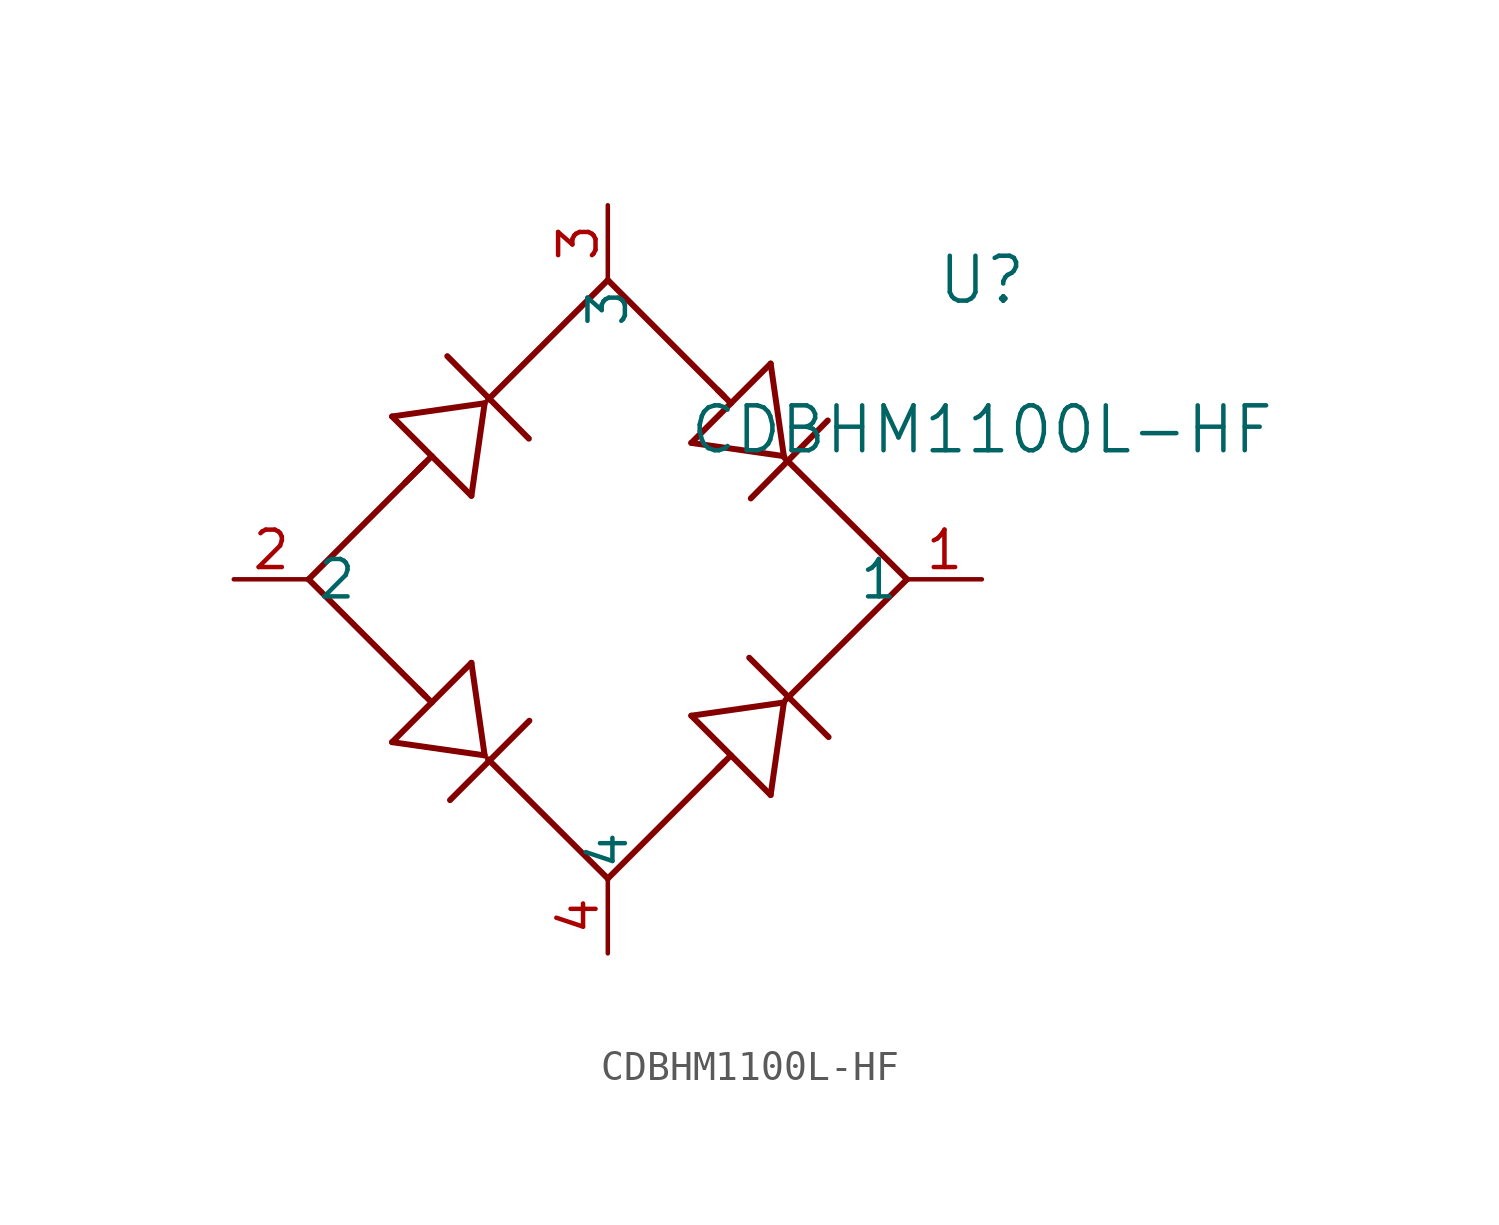
<source format=kicad_sym>
(kicad_symbol_lib
  (version 20211014)
  (generator kicad_symbol_editor)
  (symbol "CDBHM1100L-HF"
    (pin_names
      (offset 0.254))
    (property "Reference" "U"
      (at 25.4 10.16 0)
      (effects (font (size 1.524 1.524))))
    (property "Value" "CDBHM1100L-HF"
      (at 25.4 5.08 0)
      (effects (font (size 1.524 1.524))))
    (symbol "CDBHM1100L-HF_0_1"
      (polyline (pts (xy 5.824 3.284) (xy 6.488 3.948)) (stroke (width 0.203) (type default) (color 0 0 0 0)) (fill (type none)))
      (polyline (pts (xy 5.375 5.529) (xy 8.069 2.835)) (stroke (width 0.203) (type default) (color 0 0 0 0)) (fill (type none)))
      (polyline (pts (xy 6.273 3.733) (xy 6.722 4.182)) (stroke (width 0.203) (type default) (color 0 0 0 0)) (fill (type none)))
      (polyline (pts (xy 8.518 5.978) (xy 5.375 5.529)) (stroke (width 0.203) (type default) (color 0 0 0 0)) (fill (type none)))
      (polyline (pts (xy 8.069 2.835) (xy 8.518 5.978)) (stroke (width 0.203) (type default) (color 0 0 0 0)) (fill (type none)))
      (polyline (pts (xy 10.019 4.777) (xy 7.25 7.576)) (stroke (width 0.203) (type default) (color 0 0 0 0)) (fill (type none)))
      (polyline (pts (xy 12.7 10.16) (xy 16.648 6.212)) (stroke (width 0.203) (type default) (color 0 0 0 0)) (fill (type none)))
      (polyline (pts (xy 22.86 0) (xy 18.736 -4.096)) (stroke (width 0.203) (type default) (color 0 0 0 0)) (fill (type none)))
      (polyline (pts (xy 12.7 -10.16) (xy 8.634 -6.111)) (stroke (width 0.203) (type default) (color 0 0 0 0)) (fill (type none)))
      (polyline (pts (xy 2.54 0) (xy 6.35 3.81)) (stroke (width 0.203) (type default) (color 0 0 0 0)) (fill (type none)))
      (polyline (pts (xy 8.634 6.1) (xy 12.7 10.16)) (stroke (width 0.203) (type default) (color 0 0 0 0)) (fill (type none)))
      (polyline (pts (xy 2.54 0) (xy 6.488 -3.948)) (stroke (width 0.203) (type default) (color 0 0 0 0)) (fill (type none)))
      (polyline (pts (xy 8.069 -2.835) (xy 5.375 -5.529)) (stroke (width 0.203) (type default) (color 0 0 0 0)) (fill (type none)))
      (polyline (pts (xy 6.273 -3.733) (xy 6.722 -4.182)) (stroke (width 0.203) (type default) (color 0 0 0 0)) (fill (type none)))
      (polyline (pts (xy 8.518 -5.978) (xy 8.069 -2.835)) (stroke (width 0.203) (type default) (color 0 0 0 0)) (fill (type none)))
      (polyline (pts (xy 5.375 -5.529) (xy 8.518 -5.978)) (stroke (width 0.203) (type default) (color 0 0 0 0)) (fill (type none)))
      (polyline (pts (xy 7.343 -7.496) (xy 10.037 -4.802)) (stroke (width 0.203) (type default) (color 0 0 0 0)) (fill (type none)))
      (polyline (pts (xy 12.7 -10.16) (xy 16.648 -6.212)) (stroke (width 0.203) (type default) (color 0 0 0 0)) (fill (type none)))
      (polyline (pts (xy 15.535 -4.631) (xy 18.229 -7.325)) (stroke (width 0.203) (type default) (color 0 0 0 0)) (fill (type none)))
      (polyline (pts (xy 16.433 -6.427) (xy 16.882 -5.978)) (stroke (width 0.203) (type default) (color 0 0 0 0)) (fill (type none)))
      (polyline (pts (xy 18.678 -4.182) (xy 15.535 -4.631)) (stroke (width 0.203) (type default) (color 0 0 0 0)) (fill (type none)))
      (polyline (pts (xy 18.229 -7.325) (xy 18.678 -4.182)) (stroke (width 0.203) (type default) (color 0 0 0 0)) (fill (type none)))
      (polyline (pts (xy 20.196 -5.357) (xy 17.502 -2.663)) (stroke (width 0.203) (type default) (color 0 0 0 0)) (fill (type none)))
      (polyline (pts (xy 22.86 0) (xy 18.693 4.131)) (stroke (width 0.203) (type default) (color 0 0 0 0)) (fill (type none)))
      (polyline (pts (xy 18.229 7.325) (xy 15.535 4.631)) (stroke (width 0.203) (type default) (color 0 0 0 0)) (fill (type none)))
      (polyline (pts (xy 16.433 6.427) (xy 16.882 5.978)) (stroke (width 0.203) (type default) (color 0 0 0 0)) (fill (type none)))
      (polyline (pts (xy 18.678 4.182) (xy 18.229 7.325)) (stroke (width 0.203) (type default) (color 0 0 0 0)) (fill (type none)))
      (polyline (pts (xy 15.535 4.631) (xy 18.678 4.182)) (stroke (width 0.203) (type default) (color 0 0 0 0)) (fill (type none)))
      (polyline (pts (xy 17.555 2.747) (xy 20.169 5.393)) (stroke (width 0.203) (type default) (color 0 0 0 0)) (fill (type none)))
      (pin unspecified line (at 25.4 0 180) (length 2.54) (name "1" (effects (font (size 1.27 1.27)))) (number "1" (effects (font (size 1.27 1.27)))))
      (pin unspecified line (at 0 0 0) (length 2.54) (name "2" (effects (font (size 1.27 1.27)))) (number "2" (effects (font (size 1.27 1.27)))))
      (pin unspecified line (at 12.7 12.7 270) (length 2.54) (name "3" (effects (font (size 1.27 1.27)))) (number "3" (effects (font (size 1.27 1.27)))))
      (pin unspecified line (at 12.7 -12.7 90) (length 2.54) (name "4" (effects (font (size 1.27 1.27)))) (number "4" (effects (font (size 1.27 1.27))))))))
</source>
